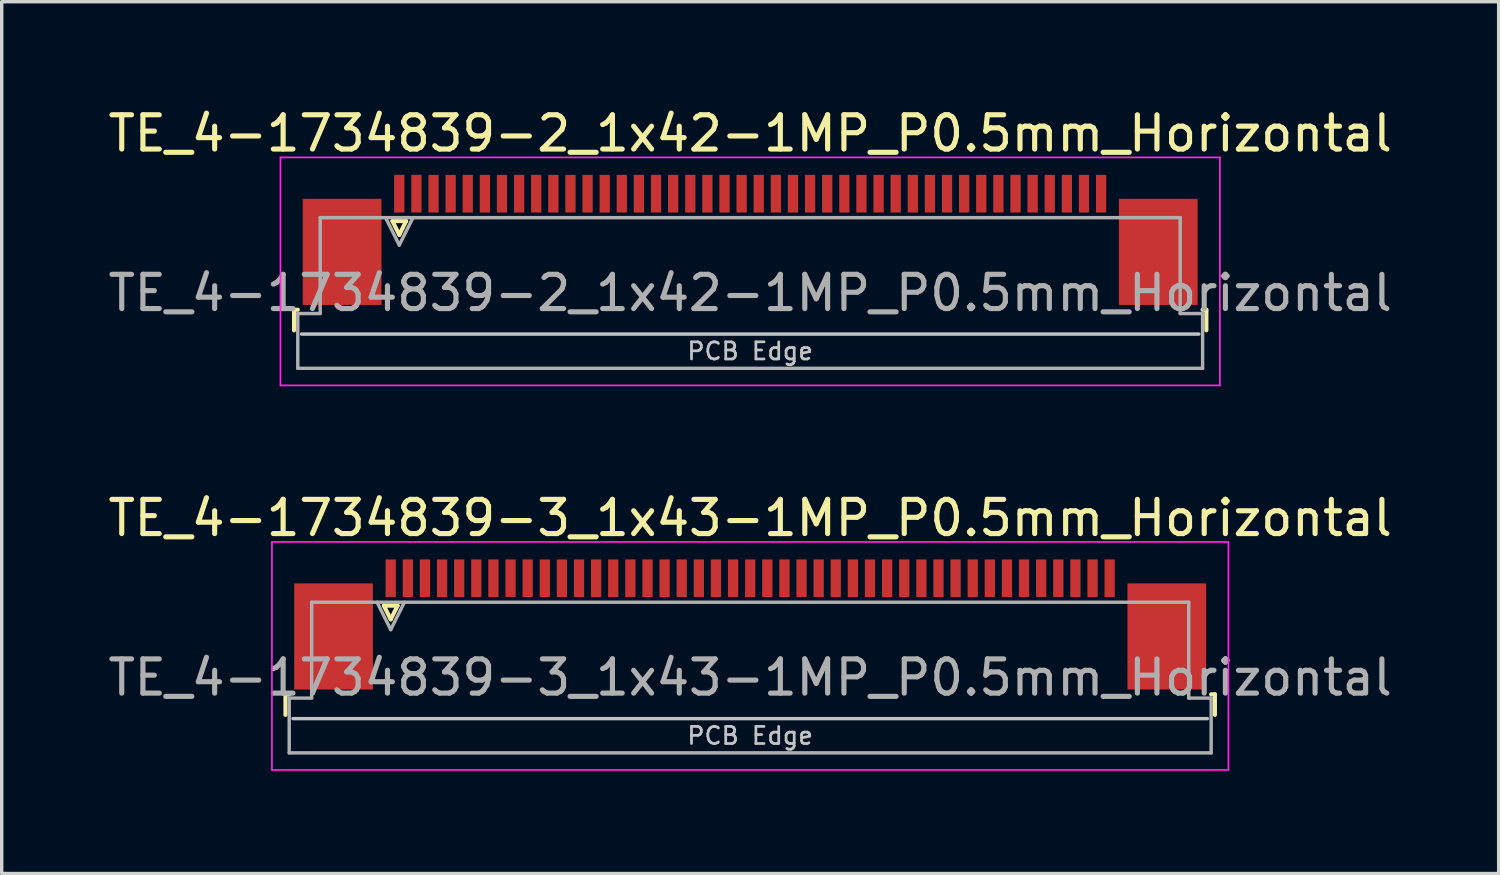
<source format=kicad_pcb>
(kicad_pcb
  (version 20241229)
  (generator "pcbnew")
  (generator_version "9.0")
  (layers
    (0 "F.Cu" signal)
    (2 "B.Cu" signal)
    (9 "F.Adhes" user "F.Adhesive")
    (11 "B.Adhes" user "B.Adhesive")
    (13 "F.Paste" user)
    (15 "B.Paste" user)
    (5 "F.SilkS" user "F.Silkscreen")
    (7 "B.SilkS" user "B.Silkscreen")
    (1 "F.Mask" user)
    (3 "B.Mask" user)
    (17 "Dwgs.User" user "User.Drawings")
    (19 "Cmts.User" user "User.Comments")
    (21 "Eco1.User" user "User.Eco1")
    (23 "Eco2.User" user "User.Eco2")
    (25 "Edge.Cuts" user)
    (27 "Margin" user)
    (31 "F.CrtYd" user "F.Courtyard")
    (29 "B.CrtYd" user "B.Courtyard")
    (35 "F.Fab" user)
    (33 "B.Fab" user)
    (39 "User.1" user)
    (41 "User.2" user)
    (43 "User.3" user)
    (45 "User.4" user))
  (footprint "TE_4-1734839-2_1x42-1MP_P0.5mm_Horizontal"
    (layer "F.Cu")
    (at 18.863 3.958)
    (property "Reference" "TE_4-1734839-2_1x42-1MP_P0.5mm_Horizontal" (at 0 -3.11 0) (layer "F.SilkS") (effects (font (size 1 1) (thickness 0.15))))
    (attr smd)
    (fp_line (start -13.325 2.04) (end -13.325 2.64) (stroke (width 0.12) (type solid)) (layer "F.SilkS"))
    (fp_line (start -13.215 2.04) (end -13.325 2.04) (stroke (width 0.12) (type solid)) (layer "F.SilkS"))
    (fp_line (start -10.45 -0.55) (end -10.25 -0.15) (stroke (width 0.12) (type solid)) (layer "F.SilkS"))
    (fp_line (start -10.25 -0.15) (end -10.05 -0.55) (stroke (width 0.12) (type solid)) (layer "F.SilkS"))
    (fp_line (start -10.05 -0.55) (end -10.45 -0.55) (stroke (width 0.12) (type solid)) (layer "F.SilkS"))
    (fp_line (start 13.215 2.04) (end 13.325 2.04) (stroke (width 0.12) (type solid)) (layer "F.SilkS"))
    (fp_line (start 13.325 2.04) (end 13.325 2.64) (stroke (width 0.12) (type solid)) (layer "F.SilkS"))
    (fp_line (start 13.105 2.75) (end -13.105 2.75) (stroke (width 0.1) (type solid)) (layer "Dwgs.User"))
    (fp_line (start -13.72 -2.41) (end -13.72 4.25) (stroke (width 0.05) (type solid)) (layer "F.CrtYd"))
    (fp_line (start -13.72 4.25) (end 13.72 4.25) (stroke (width 0.05) (type solid)) (layer "F.CrtYd"))
    (fp_line (start 13.72 -2.41) (end -13.72 -2.41) (stroke (width 0.05) (type solid)) (layer "F.CrtYd"))
    (fp_line (start 13.72 4.25) (end 13.72 -2.41) (stroke (width 0.05) (type solid)) (layer "F.CrtYd"))
    (fp_line (start -13.215 2.15) (end -12.56 2.15) (stroke (width 0.1) (type solid)) (layer "F.Fab"))
    (fp_line (start -13.215 3.75) (end -13.215 2.15) (stroke (width 0.1) (type solid)) (layer "F.Fab"))
    (fp_line (start -12.56 -0.65) (end 12.56 -0.65) (stroke (width 0.1) (type solid)) (layer "F.Fab"))
    (fp_line (start -12.56 2.15) (end -12.56 -0.65) (stroke (width 0.1) (type solid)) (layer "F.Fab"))
    (fp_line (start -10.65 -0.65) (end -10.25 0.15) (stroke (width 0.1) (type solid)) (layer "F.Fab"))
    (fp_line (start -10.25 0.15) (end -9.85 -0.65) (stroke (width 0.1) (type solid)) (layer "F.Fab"))
    (fp_line (start 12.56 -0.65) (end 12.56 2.15) (stroke (width 0.1) (type solid)) (layer "F.Fab"))
    (fp_line (start 12.56 2.15) (end 13.215 2.15) (stroke (width 0.1) (type solid)) (layer "F.Fab"))
    (fp_line (start 13.215 2.15) (end 13.215 3.75) (stroke (width 0.1) (type solid)) (layer "F.Fab"))
    (fp_line (start 13.215 3.75) (end -13.215 3.75) (stroke (width 0.1) (type solid)) (layer "F.Fab"))
    (fp_text user "PCB Edge" (at 0 3.25 0) (layer "Dwgs.User") (effects (font (size 0.5 0.5) (thickness 0.08))))
    (fp_text user "${REFERENCE}" (at 0 1.55 0) (layer "F.Fab") (effects (font (size 1 1) (thickness 0.15))))
    (pad "1" smd rect (at -10.25 -1.35) (size 0.3 1.1) (layers "F.Cu" "F.Mask" "F.Paste"))
    (pad "2" smd rect (at -9.75 -1.35) (size 0.3 1.1) (layers "F.Cu" "F.Mask" "F.Paste"))
    (pad "3" smd rect (at -9.25 -1.35) (size 0.3 1.1) (layers "F.Cu" "F.Mask" "F.Paste"))
    (pad "4" smd rect (at -8.75 -1.35) (size 0.3 1.1) (layers "F.Cu" "F.Mask" "F.Paste"))
    (pad "5" smd rect (at -8.25 -1.35) (size 0.3 1.1) (layers "F.Cu" "F.Mask" "F.Paste"))
    (pad "6" smd rect (at -7.75 -1.35) (size 0.3 1.1) (layers "F.Cu" "F.Mask" "F.Paste"))
    (pad "7" smd rect (at -7.25 -1.35) (size 0.3 1.1) (layers "F.Cu" "F.Mask" "F.Paste"))
    (pad "8" smd rect (at -6.75 -1.35) (size 0.3 1.1) (layers "F.Cu" "F.Mask" "F.Paste"))
    (pad "9" smd rect (at -6.25 -1.35) (size 0.3 1.1) (layers "F.Cu" "F.Mask" "F.Paste"))
    (pad "10" smd rect (at -5.75 -1.35) (size 0.3 1.1) (layers "F.Cu" "F.Mask" "F.Paste"))
    (pad "11" smd rect (at -5.25 -1.35) (size 0.3 1.1) (layers "F.Cu" "F.Mask" "F.Paste"))
    (pad "12" smd rect (at -4.75 -1.35) (size 0.3 1.1) (layers "F.Cu" "F.Mask" "F.Paste"))
    (pad "13" smd rect (at -4.25 -1.35) (size 0.3 1.1) (layers "F.Cu" "F.Mask" "F.Paste"))
    (pad "14" smd rect (at -3.75 -1.35) (size 0.3 1.1) (layers "F.Cu" "F.Mask" "F.Paste"))
    (pad "15" smd rect (at -3.25 -1.35) (size 0.3 1.1) (layers "F.Cu" "F.Mask" "F.Paste"))
    (pad "16" smd rect (at -2.75 -1.35) (size 0.3 1.1) (layers "F.Cu" "F.Mask" "F.Paste"))
    (pad "17" smd rect (at -2.25 -1.35) (size 0.3 1.1) (layers "F.Cu" "F.Mask" "F.Paste"))
    (pad "18" smd rect (at -1.75 -1.35) (size 0.3 1.1) (layers "F.Cu" "F.Mask" "F.Paste"))
    (pad "19" smd rect (at -1.25 -1.35) (size 0.3 1.1) (layers "F.Cu" "F.Mask" "F.Paste"))
    (pad "20" smd rect (at -0.75 -1.35) (size 0.3 1.1) (layers "F.Cu" "F.Mask" "F.Paste"))
    (pad "21" smd rect (at -0.25 -1.35) (size 0.3 1.1) (layers "F.Cu" "F.Mask" "F.Paste"))
    (pad "22" smd rect (at 0.25 -1.35) (size 0.3 1.1) (layers "F.Cu" "F.Mask" "F.Paste"))
    (pad "23" smd rect (at 0.75 -1.35) (size 0.3 1.1) (layers "F.Cu" "F.Mask" "F.Paste"))
    (pad "24" smd rect (at 1.25 -1.35) (size 0.3 1.1) (layers "F.Cu" "F.Mask" "F.Paste"))
    (pad "25" smd rect (at 1.75 -1.35) (size 0.3 1.1) (layers "F.Cu" "F.Mask" "F.Paste"))
    (pad "26" smd rect (at 2.25 -1.35) (size 0.3 1.1) (layers "F.Cu" "F.Mask" "F.Paste"))
    (pad "27" smd rect (at 2.75 -1.35) (size 0.3 1.1) (layers "F.Cu" "F.Mask" "F.Paste"))
    (pad "28" smd rect (at 3.25 -1.35) (size 0.3 1.1) (layers "F.Cu" "F.Mask" "F.Paste"))
    (pad "29" smd rect (at 3.75 -1.35) (size 0.3 1.1) (layers "F.Cu" "F.Mask" "F.Paste"))
    (pad "30" smd rect (at 4.25 -1.35) (size 0.3 1.1) (layers "F.Cu" "F.Mask" "F.Paste"))
    (pad "31" smd rect (at 4.75 -1.35) (size 0.3 1.1) (layers "F.Cu" "F.Mask" "F.Paste"))
    (pad "32" smd rect (at 5.25 -1.35) (size 0.3 1.1) (layers "F.Cu" "F.Mask" "F.Paste"))
    (pad "33" smd rect (at 5.75 -1.35) (size 0.3 1.1) (layers "F.Cu" "F.Mask" "F.Paste"))
    (pad "34" smd rect (at 6.25 -1.35) (size 0.3 1.1) (layers "F.Cu" "F.Mask" "F.Paste"))
    (pad "35" smd rect (at 6.75 -1.35) (size 0.3 1.1) (layers "F.Cu" "F.Mask" "F.Paste"))
    (pad "36" smd rect (at 7.25 -1.35) (size 0.3 1.1) (layers "F.Cu" "F.Mask" "F.Paste"))
    (pad "37" smd rect (at 7.75 -1.35) (size 0.3 1.1) (layers "F.Cu" "F.Mask" "F.Paste"))
    (pad "38" smd rect (at 8.25 -1.35) (size 0.3 1.1) (layers "F.Cu" "F.Mask" "F.Paste"))
    (pad "39" smd rect (at 8.75 -1.35) (size 0.3 1.1) (layers "F.Cu" "F.Mask" "F.Paste"))
    (pad "40" smd rect (at 9.25 -1.35) (size 0.3 1.1) (layers "F.Cu" "F.Mask" "F.Paste"))
    (pad "41" smd rect (at 9.75 -1.35) (size 0.3 1.1) (layers "F.Cu" "F.Mask" "F.Paste"))
    (pad "42" smd rect (at 10.25 -1.35) (size 0.3 1.1) (layers "F.Cu" "F.Mask" "F.Paste"))
    (pad "MP" smd rect (at -11.92 0.35) (size 2.3 3.1) (layers "F.Cu" "F.Mask" "F.Paste"))
    (pad "MP" smd rect (at 11.92 0.35) (size 2.3 3.1) (layers "F.Cu" "F.Mask" "F.Paste")))
  (footprint "TE_4-1734839-3_1x43-1MP_P0.5mm_Horizontal"
    (layer "F.Cu")
    (at 18.863 15.191)
    (property "Reference" "TE_4-1734839-3_1x43-1MP_P0.5mm_Horizontal" (at 0 -3.11 0) (layer "F.SilkS") (effects (font (size 1 1) (thickness 0.15))))
    (attr smd)
    (fp_line (start -13.575 2.04) (end -13.575 2.64) (stroke (width 0.12) (type solid)) (layer "F.SilkS"))
    (fp_line (start -13.465 2.04) (end -13.575 2.04) (stroke (width 0.12) (type solid)) (layer "F.SilkS"))
    (fp_line (start -10.7 -0.55) (end -10.5 -0.15) (stroke (width 0.12) (type solid)) (layer "F.SilkS"))
    (fp_line (start -10.5 -0.15) (end -10.3 -0.55) (stroke (width 0.12) (type solid)) (layer "F.SilkS"))
    (fp_line (start -10.3 -0.55) (end -10.7 -0.55) (stroke (width 0.12) (type solid)) (layer "F.SilkS"))
    (fp_line (start 13.465 2.04) (end 13.575 2.04) (stroke (width 0.12) (type solid)) (layer "F.SilkS"))
    (fp_line (start 13.575 2.04) (end 13.575 2.64) (stroke (width 0.12) (type solid)) (layer "F.SilkS"))
    (fp_line (start 13.355 2.75) (end -13.355 2.75) (stroke (width 0.1) (type solid)) (layer "Dwgs.User"))
    (fp_line (start -13.97 -2.41) (end -13.97 4.25) (stroke (width 0.05) (type solid)) (layer "F.CrtYd"))
    (fp_line (start -13.97 4.25) (end 13.97 4.25) (stroke (width 0.05) (type solid)) (layer "F.CrtYd"))
    (fp_line (start 13.97 -2.41) (end -13.97 -2.41) (stroke (width 0.05) (type solid)) (layer "F.CrtYd"))
    (fp_line (start 13.97 4.25) (end 13.97 -2.41) (stroke (width 0.05) (type solid)) (layer "F.CrtYd"))
    (fp_line (start -13.465 2.15) (end -12.81 2.15) (stroke (width 0.1) (type solid)) (layer "F.Fab"))
    (fp_line (start -13.465 3.75) (end -13.465 2.15) (stroke (width 0.1) (type solid)) (layer "F.Fab"))
    (fp_line (start -12.81 -0.65) (end 12.81 -0.65) (stroke (width 0.1) (type solid)) (layer "F.Fab"))
    (fp_line (start -12.81 2.15) (end -12.81 -0.65) (stroke (width 0.1) (type solid)) (layer "F.Fab"))
    (fp_line (start -10.9 -0.65) (end -10.5 0.15) (stroke (width 0.1) (type solid)) (layer "F.Fab"))
    (fp_line (start -10.5 0.15) (end -10.1 -0.65) (stroke (width 0.1) (type solid)) (layer "F.Fab"))
    (fp_line (start 12.81 -0.65) (end 12.81 2.15) (stroke (width 0.1) (type solid)) (layer "F.Fab"))
    (fp_line (start 12.81 2.15) (end 13.465 2.15) (stroke (width 0.1) (type solid)) (layer "F.Fab"))
    (fp_line (start 13.465 2.15) (end 13.465 3.75) (stroke (width 0.1) (type solid)) (layer "F.Fab"))
    (fp_line (start 13.465 3.75) (end -13.465 3.75) (stroke (width 0.1) (type solid)) (layer "F.Fab"))
    (fp_text user "PCB Edge" (at 0 3.25 0) (layer "Dwgs.User") (effects (font (size 0.5 0.5) (thickness 0.08))))
    (fp_text user "${REFERENCE}" (at 0 1.55 0) (layer "F.Fab") (effects (font (size 1 1) (thickness 0.15))))
    (pad "1" smd rect (at -10.5 -1.35) (size 0.3 1.1) (layers "F.Cu" "F.Mask" "F.Paste"))
    (pad "2" smd rect (at -10 -1.35) (size 0.3 1.1) (layers "F.Cu" "F.Mask" "F.Paste"))
    (pad "3" smd rect (at -9.5 -1.35) (size 0.3 1.1) (layers "F.Cu" "F.Mask" "F.Paste"))
    (pad "4" smd rect (at -9 -1.35) (size 0.3 1.1) (layers "F.Cu" "F.Mask" "F.Paste"))
    (pad "5" smd rect (at -8.5 -1.35) (size 0.3 1.1) (layers "F.Cu" "F.Mask" "F.Paste"))
    (pad "6" smd rect (at -8 -1.35) (size 0.3 1.1) (layers "F.Cu" "F.Mask" "F.Paste"))
    (pad "7" smd rect (at -7.5 -1.35) (size 0.3 1.1) (layers "F.Cu" "F.Mask" "F.Paste"))
    (pad "8" smd rect (at -7 -1.35) (size 0.3 1.1) (layers "F.Cu" "F.Mask" "F.Paste"))
    (pad "9" smd rect (at -6.5 -1.35) (size 0.3 1.1) (layers "F.Cu" "F.Mask" "F.Paste"))
    (pad "10" smd rect (at -6 -1.35) (size 0.3 1.1) (layers "F.Cu" "F.Mask" "F.Paste"))
    (pad "11" smd rect (at -5.5 -1.35) (size 0.3 1.1) (layers "F.Cu" "F.Mask" "F.Paste"))
    (pad "12" smd rect (at -5 -1.35) (size 0.3 1.1) (layers "F.Cu" "F.Mask" "F.Paste"))
    (pad "13" smd rect (at -4.5 -1.35) (size 0.3 1.1) (layers "F.Cu" "F.Mask" "F.Paste"))
    (pad "14" smd rect (at -4 -1.35) (size 0.3 1.1) (layers "F.Cu" "F.Mask" "F.Paste"))
    (pad "15" smd rect (at -3.5 -1.35) (size 0.3 1.1) (layers "F.Cu" "F.Mask" "F.Paste"))
    (pad "16" smd rect (at -3 -1.35) (size 0.3 1.1) (layers "F.Cu" "F.Mask" "F.Paste"))
    (pad "17" smd rect (at -2.5 -1.35) (size 0.3 1.1) (layers "F.Cu" "F.Mask" "F.Paste"))
    (pad "18" smd rect (at -2 -1.35) (size 0.3 1.1) (layers "F.Cu" "F.Mask" "F.Paste"))
    (pad "19" smd rect (at -1.5 -1.35) (size 0.3 1.1) (layers "F.Cu" "F.Mask" "F.Paste"))
    (pad "20" smd rect (at -1 -1.35) (size 0.3 1.1) (layers "F.Cu" "F.Mask" "F.Paste"))
    (pad "21" smd rect (at -0.5 -1.35) (size 0.3 1.1) (layers "F.Cu" "F.Mask" "F.Paste"))
    (pad "22" smd rect (at 0 -1.35) (size 0.3 1.1) (layers "F.Cu" "F.Mask" "F.Paste"))
    (pad "23" smd rect (at 0.5 -1.35) (size 0.3 1.1) (layers "F.Cu" "F.Mask" "F.Paste"))
    (pad "24" smd rect (at 1 -1.35) (size 0.3 1.1) (layers "F.Cu" "F.Mask" "F.Paste"))
    (pad "25" smd rect (at 1.5 -1.35) (size 0.3 1.1) (layers "F.Cu" "F.Mask" "F.Paste"))
    (pad "26" smd rect (at 2 -1.35) (size 0.3 1.1) (layers "F.Cu" "F.Mask" "F.Paste"))
    (pad "27" smd rect (at 2.5 -1.35) (size 0.3 1.1) (layers "F.Cu" "F.Mask" "F.Paste"))
    (pad "28" smd rect (at 3 -1.35) (size 0.3 1.1) (layers "F.Cu" "F.Mask" "F.Paste"))
    (pad "29" smd rect (at 3.5 -1.35) (size 0.3 1.1) (layers "F.Cu" "F.Mask" "F.Paste"))
    (pad "30" smd rect (at 4 -1.35) (size 0.3 1.1) (layers "F.Cu" "F.Mask" "F.Paste"))
    (pad "31" smd rect (at 4.5 -1.35) (size 0.3 1.1) (layers "F.Cu" "F.Mask" "F.Paste"))
    (pad "32" smd rect (at 5 -1.35) (size 0.3 1.1) (layers "F.Cu" "F.Mask" "F.Paste"))
    (pad "33" smd rect (at 5.5 -1.35) (size 0.3 1.1) (layers "F.Cu" "F.Mask" "F.Paste"))
    (pad "34" smd rect (at 6 -1.35) (size 0.3 1.1) (layers "F.Cu" "F.Mask" "F.Paste"))
    (pad "35" smd rect (at 6.5 -1.35) (size 0.3 1.1) (layers "F.Cu" "F.Mask" "F.Paste"))
    (pad "36" smd rect (at 7 -1.35) (size 0.3 1.1) (layers "F.Cu" "F.Mask" "F.Paste"))
    (pad "37" smd rect (at 7.5 -1.35) (size 0.3 1.1) (layers "F.Cu" "F.Mask" "F.Paste"))
    (pad "38" smd rect (at 8 -1.35) (size 0.3 1.1) (layers "F.Cu" "F.Mask" "F.Paste"))
    (pad "39" smd rect (at 8.5 -1.35) (size 0.3 1.1) (layers "F.Cu" "F.Mask" "F.Paste"))
    (pad "40" smd rect (at 9 -1.35) (size 0.3 1.1) (layers "F.Cu" "F.Mask" "F.Paste"))
    (pad "41" smd rect (at 9.5 -1.35) (size 0.3 1.1) (layers "F.Cu" "F.Mask" "F.Paste"))
    (pad "42" smd rect (at 10 -1.35) (size 0.3 1.1) (layers "F.Cu" "F.Mask" "F.Paste"))
    (pad "43" smd rect (at 10.5 -1.35) (size 0.3 1.1) (layers "F.Cu" "F.Mask" "F.Paste"))
    (pad "MP" smd rect (at -12.17 0.35) (size 2.3 3.1) (layers "F.Cu" "F.Mask" "F.Paste"))
    (pad "MP" smd rect (at 12.17 0.35) (size 2.3 3.1) (layers "F.Cu" "F.Mask" "F.Paste")))
  (gr_rect
    (start -3 -3)
    (end 40.726 22.466)
    (stroke (width 0.1) (type default))
    (fill no)
    (layer "Edge.Cuts")))
</source>
